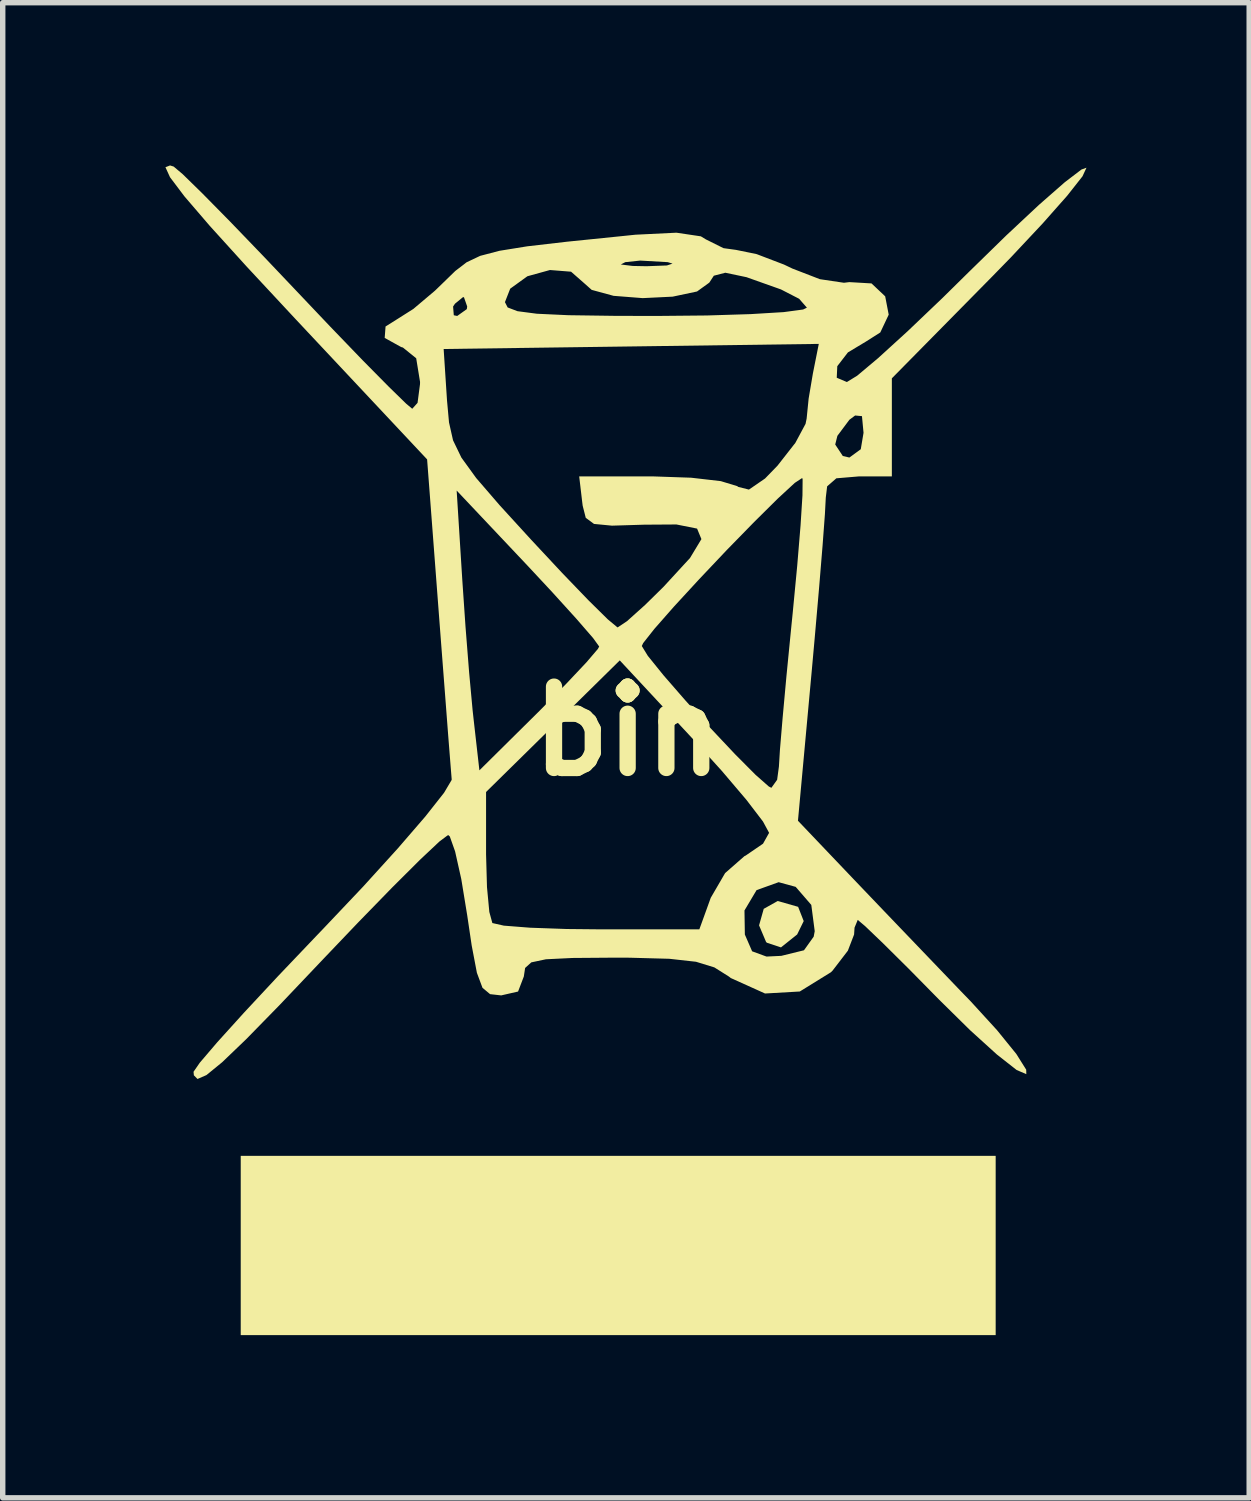
<source format=kicad_pcb>
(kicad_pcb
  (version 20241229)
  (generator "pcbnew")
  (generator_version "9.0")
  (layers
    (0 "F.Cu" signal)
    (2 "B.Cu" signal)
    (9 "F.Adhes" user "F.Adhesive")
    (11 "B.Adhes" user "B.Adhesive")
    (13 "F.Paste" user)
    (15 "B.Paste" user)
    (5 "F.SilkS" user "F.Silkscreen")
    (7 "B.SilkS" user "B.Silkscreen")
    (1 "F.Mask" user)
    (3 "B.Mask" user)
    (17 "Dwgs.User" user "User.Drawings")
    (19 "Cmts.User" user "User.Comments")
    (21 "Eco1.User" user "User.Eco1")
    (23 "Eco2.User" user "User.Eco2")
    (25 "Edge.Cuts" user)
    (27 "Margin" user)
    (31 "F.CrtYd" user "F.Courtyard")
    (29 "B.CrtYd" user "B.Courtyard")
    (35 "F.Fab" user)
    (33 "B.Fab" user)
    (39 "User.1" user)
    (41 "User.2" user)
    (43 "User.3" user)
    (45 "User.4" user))
  (footprint "bin"
    (layer "F.Cu")
    (at 8.521 10.43)
    (property "Reference" "bin" (at 0 0 0) (layer "F.SilkS") (effects (font (size 1.5 1.5) (thickness 0.3))))
    (attr board_only exclude_from_pos_files exclude_from_bom)
    (fp_poly (pts (xy 6.785 9.482) (xy 6.785 11.134) (xy -0.174 11.134) (xy -7.133 11.134) (xy -7.133 9.482) (xy -7.133 7.829) (xy -0.174 7.829) (xy 6.785 7.829)) (stroke (width 0) (type solid)) (fill yes) (layer "F.SilkS"))
    (fp_poly (pts (xy 3.143 3.238) (xy 3.246 3.501) (xy 3.125 3.748) (xy 2.827 3.986) (xy 2.567 3.9) (xy 2.552 3.885) (xy 2.423 3.58) (xy 2.509 3.275) (xy 2.764 3.132) (xy 2.773 3.132)) (stroke (width 0) (type solid)) (fill yes) (layer "F.SilkS"))
    (fp_poly (pts (xy -8.369 -10.409) (xy -8.203 -10.269) (xy -7.843 -9.917) (xy -7.33 -9.396) (xy -6.706 -8.748) (xy -6.164 -8.177) (xy -5.484 -7.46) (xy -4.882 -6.835) (xy -4.4 -6.347) (xy -4.081 -6.036) (xy -3.971 -5.944) (xy -3.873 -6.053) (xy -3.828 -6.397) (xy -3.827 -6.439) (xy -3.898 -6.875) (xy -4.11 -7.046) (xy -3.392 -7.046) (xy -3.33 -6.097) (xy -3.293 -5.692) (xy -3.219 -5.363) (xy -3.065 -5.044) (xy -2.792 -4.667) (xy -2.36 -4.166) (xy -1.78 -3.531) (xy -1.209 -2.919) (xy -0.722 -2.413) (xy -0.366 -2.062) (xy -0.189 -1.915) (xy -0.183 -1.914) (xy -0.012 -2.028) (xy 0.32 -2.326) (xy 0.66 -2.66) (xy 1.15 -3.193) (xy 1.36 -3.541) (xy 1.28 -3.735) (xy 0.899 -3.811) (xy 0.304 -3.807) (xy -0.289 -3.789) (xy -0.62 -3.821) (xy -0.772 -3.933) (xy -0.829 -4.157) (xy -0.838 -4.229) (xy -0.893 -4.697) (xy 0.476 -4.697) (xy 1.171 -4.673) (xy 1.717 -4.61) (xy 2.02 -4.518) (xy 2.038 -4.504) (xy 2.236 -4.454) (xy 2.533 -4.658) (xy 2.763 -4.895) (xy 3.068 -5.285) (xy 3.827 -5.285) (xy 3.967 -5.073) (xy 4.088 -5.045) (xy 4.298 -5.198) (xy 4.349 -5.501) (xy 4.32 -5.808) (xy 4.194 -5.82) (xy 4.088 -5.741) (xy 3.867 -5.445) (xy 3.827 -5.285) (xy 3.068 -5.285) (xy 3.089 -5.31) (xy 3.28 -5.666) (xy 3.3 -5.763) (xy 3.337 -6.132) (xy 3.415 -6.593) (xy 3.524 -7.14) (xy 0.066 -7.093) (xy -3.392 -7.046) (xy -4.11 -7.046) (xy -4.143 -7.073) (xy -4.175 -7.082) (xy -4.479 -7.25) (xy -4.463 -7.461) (xy -4.242 -7.6) (xy -3.95 -7.785) (xy -3.898 -7.829) (xy -3.218 -7.829) (xy -3.205 -7.668) (xy -3.142 -7.655) (xy -2.965 -7.781) (xy -2.958 -7.829) (xy -2.986 -7.91) (xy -2.262 -7.91) (xy -2.212 -7.812) (xy -2.031 -7.743) (xy -1.673 -7.696) (xy -1.092 -7.669) (xy -0.24 -7.657) (xy 0.522 -7.655) (xy 1.462 -7.664) (xy 2.266 -7.689) (xy 2.877 -7.726) (xy 3.235 -7.774) (xy 3.305 -7.808) (xy 3.161 -7.972) (xy 2.827 -8.144) (xy 2.191 -8.37) (xy 1.801 -8.452) (xy 1.589 -8.397) (xy 1.505 -8.269) (xy 1.279 -8.106) (xy 0.83 -8.011) (xy 0.278 -7.984) (xy -0.259 -8.026) (xy -0.663 -8.136) (xy -0.807 -8.264) (xy -1.043 -8.471) (xy -1.432 -8.502) (xy -1.848 -8.387) (xy -2.165 -8.158) (xy -2.262 -7.91) (xy -2.986 -7.91) (xy -3.017 -7.998) (xy -3.034 -8.003) (xy -3.183 -7.881) (xy -3.218 -7.829) (xy -3.898 -7.829) (xy -3.552 -8.121) (xy -3.396 -8.272) (xy -3.177 -8.485) (xy -3.021 -8.604) (xy -0.126 -8.604) (xy 0.093 -8.577) (xy 0.348 -8.572) (xy 0.724 -8.586) (xy 0.828 -8.62) (xy 0.739 -8.647) (xy 0.232 -8.676) (xy -0.043 -8.647) (xy -0.126 -8.604) (xy -3.021 -8.604) (xy -2.97 -8.644) (xy -2.719 -8.763) (xy -2.365 -8.856) (xy -1.85 -8.939) (xy -1.117 -9.024) (xy -0.107 -9.127) (xy 0.144 -9.153) (xy 0.9 -9.19) (xy 1.35 -9.123) (xy 1.44 -9.068) (xy 1.767 -8.905) (xy 1.999 -8.873) (xy 2.379 -8.795) (xy 2.884 -8.602) (xy 3.037 -8.529) (xy 3.544 -8.333) (xy 3.988 -8.267) (xy 4.087 -8.279) (xy 4.496 -8.255) (xy 4.748 -8.017) (xy 4.813 -7.679) (xy 4.658 -7.351) (xy 4.397 -7.185) (xy 4.061 -6.983) (xy 3.865 -6.729) (xy 3.855 -6.516) (xy 4.042 -6.437) (xy 4.232 -6.554) (xy 4.619 -6.879) (xy 5.159 -7.371) (xy 5.805 -7.987) (xy 6.298 -8.473) (xy 6.983 -9.142) (xy 7.584 -9.704) (xy 8.06 -10.121) (xy 8.367 -10.355) (xy 8.459 -10.388) (xy 8.386 -10.23) (xy 8.104 -9.872) (xy 7.652 -9.361) (xy 7.071 -8.741) (xy 6.725 -8.386) (xy 4.871 -6.505) (xy 4.871 -5.601) (xy 4.871 -4.697) (xy 4.262 -4.697) (xy 3.848 -4.662) (xy 3.678 -4.514) (xy 3.653 -4.306) (xy 3.637 -4.003) (xy 3.594 -3.424) (xy 3.529 -2.636) (xy 3.448 -1.709) (xy 3.396 -1.132) (xy 3.14 1.651) (xy 4.135 2.696) (xy 4.733 3.322) (xy 5.444 4.064) (xy 6.139 4.789) (xy 6.324 4.98) (xy 6.81 5.512) (xy 7.166 5.951) (xy 7.348 6.241) (xy 7.35 6.323) (xy 7.171 6.246) (xy 6.808 5.961) (xy 6.313 5.512) (xy 5.746 4.953) (xy 5.181 4.379) (xy 4.708 3.91) (xy 4.378 3.594) (xy 4.242 3.479) (xy 4.183 3.622) (xy 4.175 3.748) (xy 4.06 4.047) (xy 3.779 4.413) (xy 3.748 4.444) (xy 3.174 4.799) (xy 2.533 4.836) (xy 1.902 4.551) (xy 1.866 4.523) (xy 1.599 4.355) (xy 1.261 4.251) (xy 0.768 4.196) (xy 0.036 4.176) (xy -0.245 4.175) (xy -1.017 4.181) (xy -1.506 4.205) (xy -1.776 4.262) (xy -1.89 4.365) (xy -1.914 4.523) (xy -2.02 4.8) (xy -2.331 4.871) (xy -2.536 4.848) (xy -2.676 4.731) (xy -2.779 4.455) (xy -2.875 3.951) (xy -2.958 3.392) (xy -3.067 2.726) (xy -3.181 2.216) (xy -3.279 1.94) (xy -3.31 1.914) (xy -3.47 2.034) (xy -3.826 2.369) (xy -4.337 2.878) (xy -4.963 3.521) (xy -5.587 4.175) (xy -6.413 5.045) (xy -7.034 5.68) (xy -7.475 6.103) (xy -7.765 6.34) (xy -7.93 6.412) (xy -7.997 6.344) (xy -8.003 6.279) (xy -7.887 6.111) (xy -7.565 5.734) (xy -7.073 5.19) (xy -6.448 4.519) (xy -5.726 3.761) (xy -5.611 3.641) (xy -4.877 2.866) (xy -4.238 2.162) (xy -3.728 1.571) (xy -3.385 1.136) (xy -3.376 1.121) (xy -2.61 1.121) (xy -2.61 2.271) (xy -2.593 2.875) (xy -2.55 3.332) (xy -2.494 3.537) (xy -2.282 3.585) (xy -1.799 3.623) (xy -1.124 3.647) (xy -0.528 3.653) (xy 1.322 3.653) (xy 1.448 3.305) (xy 2.154 3.305) (xy 2.161 3.749) (xy 2.295 4.058) (xy 2.56 4.155) (xy 2.833 4.142) (xy 3.251 4.039) (xy 3.43 3.788) (xy 3.449 3.687) (xy 3.386 3.203) (xy 3.098 2.87) (xy 2.784 2.784) (xy 2.377 2.93) (xy 2.154 3.305) (xy 1.448 3.305) (xy 1.532 3.072) (xy 1.797 2.616) (xy 2.153 2.304) (xy 2.176 2.293) (xy 2.496 2.074) (xy 2.608 1.874) (xy 2.495 1.665) (xy 2.189 1.265) (xy 1.737 0.733) (xy 1.231 0.174) (xy -0.145 -1.305) (xy -1.377 -0.092) (xy -2.61 1.121) (xy -3.376 1.121) (xy -3.245 0.9) (xy -3.244 0.885) (xy -3.265 0.624) (xy -3.308 0.081) (xy -3.366 -0.677) (xy -3.436 -1.586) (xy -3.483 -2.201) (xy -3.653 -4.436) (xy -3.152 -4.436) (xy -3.048 -2.784) (xy -2.989 -1.927) (xy -2.922 -1.08) (xy -2.858 -0.386) (xy -2.838 -0.204) (xy -2.733 0.722) (xy -1.627 -0.373) (xy -1.137 -0.869) (xy -0.759 -1.27) (xy -0.549 -1.516) (xy -0.524 -1.561) (xy -0.531 -1.57) (xy 0.261 -1.57) (xy 0.372 -1.389) (xy 0.662 -1.03) (xy 1.069 -0.562) (xy 1.529 -0.055) (xy 1.98 0.424) (xy 2.359 0.805) (xy 2.603 1.02) (xy 2.65 1.044) (xy 2.756 0.896) (xy 2.789 0.652) (xy 2.808 0.341) (xy 2.857 -0.241) (xy 2.928 -1.017) (xy 3.016 -1.911) (xy 3.042 -2.168) (xy 3.126 -3.047) (xy 3.188 -3.795) (xy 3.223 -4.347) (xy 3.226 -4.639) (xy 3.219 -4.668) (xy 3.082 -4.578) (xy 2.768 -4.288) (xy 2.333 -3.857) (xy 1.831 -3.343) (xy 1.321 -2.804) (xy 0.856 -2.299) (xy 0.493 -1.886) (xy 0.287 -1.625) (xy 0.261 -1.57) (xy -0.531 -1.57) (xy -0.637 -1.717) (xy -0.942 -2.069) (xy -1.39 -2.563) (xy -1.839 -3.045) (xy -3.152 -4.436) (xy -3.653 -4.436) (xy -3.697 -5.011) (xy -6.111 -7.585) (xy -7.022 -8.564) (xy -7.703 -9.315) (xy -8.17 -9.859) (xy -8.437 -10.213) (xy -8.521 -10.397) (xy -8.436 -10.43)) (stroke (width 0) (type solid)) (fill yes) (layer "F.SilkS")))
  (gr_rect
    (start -3 -3)
    (end 19.98 24.564)
    (stroke (width 0.1) (type default))
    (fill no)
    (layer "Edge.Cuts")))
</source>
